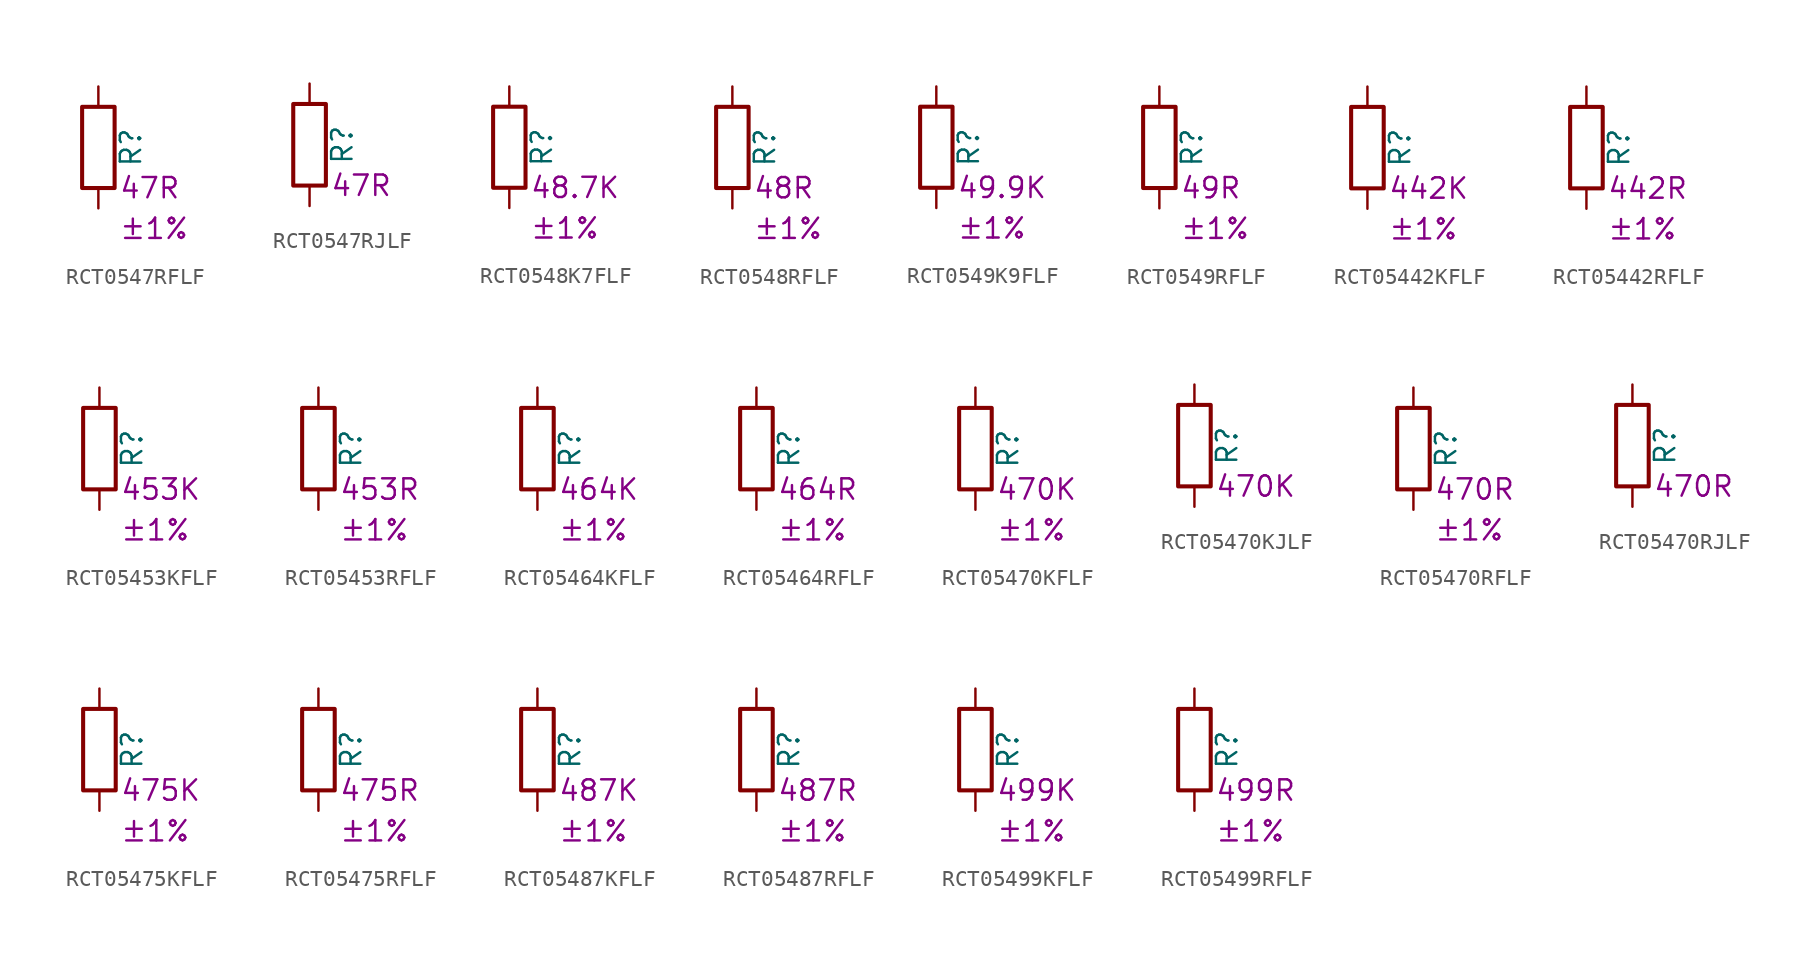
<source format=kicad_sym>
(kicad_symbol_lib
  (version 20220914)
  (generator kicad_symbol_editor)
  (symbol "RCT0547RFLF"
    (pin_numbers hide)
    (pin_names
      (offset 0))
    (property "Reference" "R"
      (at 2.032 0 90)
      (effects (font (size 1.27 1.27))))
    (property "Resistance" "47R"
      (at 1.27 -2.54 0)
      (effects (font (size 1.27 1.27)) (justify left)))
    (property "Tolerance" "±1%"
      (at 1.27 -5.08 0)
      (effects (font (size 1.27 1.27)) (justify left)))
    (symbol "RCT0547RFLF_0_1"
      (rectangle (start -1.016 -2.54) (end 1.016 2.54) (stroke (width 0.254) (type default)) (fill (type none))))
    (symbol "RCT0547RFLF_1_1"
      (pin passive line (at 0 3.81 270) (length 1.27) (name "~" (effects (font (size 1.27 1.27)))) (number "1" (effects (font (size 1.27 1.27)))))
      (pin passive line (at 0 -3.81 90) (length 1.27) (name "~" (effects (font (size 1.27 1.27)))) (number "2" (effects (font (size 1.27 1.27)))))))
  (symbol "RCT0547RJLF"
    (pin_numbers hide)
    (pin_names
      (offset 0))
    (property "Reference" "R"
      (at 2.032 0 90)
      (effects (font (size 1.27 1.27))))
    (property "Resistance" "47R"
      (at 1.27 -2.54 0)
      (effects (font (size 1.27 1.27)) (justify left)))
    (symbol "RCT0547RJLF_0_1"
      (rectangle (start -1.016 -2.54) (end 1.016 2.54) (stroke (width 0.254) (type default)) (fill (type none))))
    (symbol "RCT0547RJLF_1_1"
      (pin passive line (at 0 3.81 270) (length 1.27) (name "~" (effects (font (size 1.27 1.27)))) (number "1" (effects (font (size 1.27 1.27)))))
      (pin passive line (at 0 -3.81 90) (length 1.27) (name "~" (effects (font (size 1.27 1.27)))) (number "2" (effects (font (size 1.27 1.27)))))))
  (symbol "RCT0548K7FLF"
    (pin_numbers hide)
    (pin_names
      (offset 0))
    (property "Reference" "R"
      (at 2.032 0 90)
      (effects (font (size 1.27 1.27))))
    (property "Resistance" "48.7K"
      (at 1.27 -2.54 0)
      (effects (font (size 1.27 1.27)) (justify left)))
    (property "Tolerance" "±1%"
      (at 1.27 -5.08 0)
      (effects (font (size 1.27 1.27)) (justify left)))
    (symbol "RCT0548K7FLF_0_1"
      (rectangle (start -1.016 -2.54) (end 1.016 2.54) (stroke (width 0.254) (type default)) (fill (type none))))
    (symbol "RCT0548K7FLF_1_1"
      (pin passive line (at 0 3.81 270) (length 1.27) (name "~" (effects (font (size 1.27 1.27)))) (number "1" (effects (font (size 1.27 1.27)))))
      (pin passive line (at 0 -3.81 90) (length 1.27) (name "~" (effects (font (size 1.27 1.27)))) (number "2" (effects (font (size 1.27 1.27)))))))
  (symbol "RCT0548RFLF"
    (pin_numbers hide)
    (pin_names
      (offset 0))
    (property "Reference" "R"
      (at 2.032 0 90)
      (effects (font (size 1.27 1.27))))
    (property "Resistance" "48R"
      (at 1.27 -2.54 0)
      (effects (font (size 1.27 1.27)) (justify left)))
    (property "Tolerance" "±1%"
      (at 1.27 -5.08 0)
      (effects (font (size 1.27 1.27)) (justify left)))
    (symbol "RCT0548RFLF_0_1"
      (rectangle (start -1.016 -2.54) (end 1.016 2.54) (stroke (width 0.254) (type default)) (fill (type none))))
    (symbol "RCT0548RFLF_1_1"
      (pin passive line (at 0 3.81 270) (length 1.27) (name "~" (effects (font (size 1.27 1.27)))) (number "1" (effects (font (size 1.27 1.27)))))
      (pin passive line (at 0 -3.81 90) (length 1.27) (name "~" (effects (font (size 1.27 1.27)))) (number "2" (effects (font (size 1.27 1.27)))))))
  (symbol "RCT0549K9FLF"
    (pin_numbers hide)
    (pin_names
      (offset 0))
    (property "Reference" "R"
      (at 2.032 0 90)
      (effects (font (size 1.27 1.27))))
    (property "Resistance" "49.9K"
      (at 1.27 -2.54 0)
      (effects (font (size 1.27 1.27)) (justify left)))
    (property "Tolerance" "±1%"
      (at 1.27 -5.08 0)
      (effects (font (size 1.27 1.27)) (justify left)))
    (symbol "RCT0549K9FLF_0_1"
      (rectangle (start -1.016 -2.54) (end 1.016 2.54) (stroke (width 0.254) (type default)) (fill (type none))))
    (symbol "RCT0549K9FLF_1_1"
      (pin passive line (at 0 3.81 270) (length 1.27) (name "~" (effects (font (size 1.27 1.27)))) (number "1" (effects (font (size 1.27 1.27)))))
      (pin passive line (at 0 -3.81 90) (length 1.27) (name "~" (effects (font (size 1.27 1.27)))) (number "2" (effects (font (size 1.27 1.27)))))))
  (symbol "RCT0549RFLF"
    (pin_numbers hide)
    (pin_names
      (offset 0))
    (property "Reference" "R"
      (at 2.032 0 90)
      (effects (font (size 1.27 1.27))))
    (property "Resistance" "49R"
      (at 1.27 -2.54 0)
      (effects (font (size 1.27 1.27)) (justify left)))
    (property "Tolerance" "±1%"
      (at 1.27 -5.08 0)
      (effects (font (size 1.27 1.27)) (justify left)))
    (symbol "RCT0549RFLF_0_1"
      (rectangle (start -1.016 -2.54) (end 1.016 2.54) (stroke (width 0.254) (type default)) (fill (type none))))
    (symbol "RCT0549RFLF_1_1"
      (pin passive line (at 0 3.81 270) (length 1.27) (name "~" (effects (font (size 1.27 1.27)))) (number "1" (effects (font (size 1.27 1.27)))))
      (pin passive line (at 0 -3.81 90) (length 1.27) (name "~" (effects (font (size 1.27 1.27)))) (number "2" (effects (font (size 1.27 1.27)))))))
  (symbol "RCT05442KFLF"
    (pin_numbers hide)
    (pin_names
      (offset 0))
    (property "Reference" "R"
      (at 2.032 0 90)
      (effects (font (size 1.27 1.27))))
    (property "Resistance" "442K"
      (at 1.27 -2.54 0)
      (effects (font (size 1.27 1.27)) (justify left)))
    (property "Tolerance" "±1%"
      (at 1.27 -5.08 0)
      (effects (font (size 1.27 1.27)) (justify left)))
    (symbol "RCT05442KFLF_0_1"
      (rectangle (start -1.016 -2.54) (end 1.016 2.54) (stroke (width 0.254) (type default)) (fill (type none))))
    (symbol "RCT05442KFLF_1_1"
      (pin passive line (at 0 3.81 270) (length 1.27) (name "~" (effects (font (size 1.27 1.27)))) (number "1" (effects (font (size 1.27 1.27)))))
      (pin passive line (at 0 -3.81 90) (length 1.27) (name "~" (effects (font (size 1.27 1.27)))) (number "2" (effects (font (size 1.27 1.27)))))))
  (symbol "RCT05442RFLF"
    (pin_numbers hide)
    (pin_names
      (offset 0))
    (property "Reference" "R"
      (at 2.032 0 90)
      (effects (font (size 1.27 1.27))))
    (property "Resistance" "442R"
      (at 1.27 -2.54 0)
      (effects (font (size 1.27 1.27)) (justify left)))
    (property "Tolerance" "±1%"
      (at 1.27 -5.08 0)
      (effects (font (size 1.27 1.27)) (justify left)))
    (symbol "RCT05442RFLF_0_1"
      (rectangle (start -1.016 -2.54) (end 1.016 2.54) (stroke (width 0.254) (type default)) (fill (type none))))
    (symbol "RCT05442RFLF_1_1"
      (pin passive line (at 0 3.81 270) (length 1.27) (name "~" (effects (font (size 1.27 1.27)))) (number "1" (effects (font (size 1.27 1.27)))))
      (pin passive line (at 0 -3.81 90) (length 1.27) (name "~" (effects (font (size 1.27 1.27)))) (number "2" (effects (font (size 1.27 1.27)))))))
  (symbol "RCT05453KFLF"
    (pin_numbers hide)
    (pin_names
      (offset 0))
    (property "Reference" "R"
      (at 2.032 0 90)
      (effects (font (size 1.27 1.27))))
    (property "Resistance" "453K"
      (at 1.27 -2.54 0)
      (effects (font (size 1.27 1.27)) (justify left)))
    (property "Tolerance" "±1%"
      (at 1.27 -5.08 0)
      (effects (font (size 1.27 1.27)) (justify left)))
    (symbol "RCT05453KFLF_0_1"
      (rectangle (start -1.016 -2.54) (end 1.016 2.54) (stroke (width 0.254) (type default)) (fill (type none))))
    (symbol "RCT05453KFLF_1_1"
      (pin passive line (at 0 3.81 270) (length 1.27) (name "~" (effects (font (size 1.27 1.27)))) (number "1" (effects (font (size 1.27 1.27)))))
      (pin passive line (at 0 -3.81 90) (length 1.27) (name "~" (effects (font (size 1.27 1.27)))) (number "2" (effects (font (size 1.27 1.27)))))))
  (symbol "RCT05453RFLF"
    (pin_numbers hide)
    (pin_names
      (offset 0))
    (property "Reference" "R"
      (at 2.032 0 90)
      (effects (font (size 1.27 1.27))))
    (property "Resistance" "453R"
      (at 1.27 -2.54 0)
      (effects (font (size 1.27 1.27)) (justify left)))
    (property "Tolerance" "±1%"
      (at 1.27 -5.08 0)
      (effects (font (size 1.27 1.27)) (justify left)))
    (symbol "RCT05453RFLF_0_1"
      (rectangle (start -1.016 -2.54) (end 1.016 2.54) (stroke (width 0.254) (type default)) (fill (type none))))
    (symbol "RCT05453RFLF_1_1"
      (pin passive line (at 0 3.81 270) (length 1.27) (name "~" (effects (font (size 1.27 1.27)))) (number "1" (effects (font (size 1.27 1.27)))))
      (pin passive line (at 0 -3.81 90) (length 1.27) (name "~" (effects (font (size 1.27 1.27)))) (number "2" (effects (font (size 1.27 1.27)))))))
  (symbol "RCT05464KFLF"
    (pin_numbers hide)
    (pin_names
      (offset 0))
    (property "Reference" "R"
      (at 2.032 0 90)
      (effects (font (size 1.27 1.27))))
    (property "Resistance" "464K"
      (at 1.27 -2.54 0)
      (effects (font (size 1.27 1.27)) (justify left)))
    (property "Tolerance" "±1%"
      (at 1.27 -5.08 0)
      (effects (font (size 1.27 1.27)) (justify left)))
    (symbol "RCT05464KFLF_0_1"
      (rectangle (start -1.016 -2.54) (end 1.016 2.54) (stroke (width 0.254) (type default)) (fill (type none))))
    (symbol "RCT05464KFLF_1_1"
      (pin passive line (at 0 3.81 270) (length 1.27) (name "~" (effects (font (size 1.27 1.27)))) (number "1" (effects (font (size 1.27 1.27)))))
      (pin passive line (at 0 -3.81 90) (length 1.27) (name "~" (effects (font (size 1.27 1.27)))) (number "2" (effects (font (size 1.27 1.27)))))))
  (symbol "RCT05464RFLF"
    (pin_numbers hide)
    (pin_names
      (offset 0))
    (property "Reference" "R"
      (at 2.032 0 90)
      (effects (font (size 1.27 1.27))))
    (property "Resistance" "464R"
      (at 1.27 -2.54 0)
      (effects (font (size 1.27 1.27)) (justify left)))
    (property "Tolerance" "±1%"
      (at 1.27 -5.08 0)
      (effects (font (size 1.27 1.27)) (justify left)))
    (symbol "RCT05464RFLF_0_1"
      (rectangle (start -1.016 -2.54) (end 1.016 2.54) (stroke (width 0.254) (type default)) (fill (type none))))
    (symbol "RCT05464RFLF_1_1"
      (pin passive line (at 0 3.81 270) (length 1.27) (name "~" (effects (font (size 1.27 1.27)))) (number "1" (effects (font (size 1.27 1.27)))))
      (pin passive line (at 0 -3.81 90) (length 1.27) (name "~" (effects (font (size 1.27 1.27)))) (number "2" (effects (font (size 1.27 1.27)))))))
  (symbol "RCT05470KFLF"
    (pin_numbers hide)
    (pin_names
      (offset 0))
    (property "Reference" "R"
      (at 2.032 0 90)
      (effects (font (size 1.27 1.27))))
    (property "Resistance" "470K"
      (at 1.27 -2.54 0)
      (effects (font (size 1.27 1.27)) (justify left)))
    (property "Tolerance" "±1%"
      (at 1.27 -5.08 0)
      (effects (font (size 1.27 1.27)) (justify left)))
    (symbol "RCT05470KFLF_0_1"
      (rectangle (start -1.016 -2.54) (end 1.016 2.54) (stroke (width 0.254) (type default)) (fill (type none))))
    (symbol "RCT05470KFLF_1_1"
      (pin passive line (at 0 3.81 270) (length 1.27) (name "~" (effects (font (size 1.27 1.27)))) (number "1" (effects (font (size 1.27 1.27)))))
      (pin passive line (at 0 -3.81 90) (length 1.27) (name "~" (effects (font (size 1.27 1.27)))) (number "2" (effects (font (size 1.27 1.27)))))))
  (symbol "RCT05470KJLF"
    (pin_numbers hide)
    (pin_names
      (offset 0))
    (property "Reference" "R"
      (at 2.032 0 90)
      (effects (font (size 1.27 1.27))))
    (property "Resistance" "470K"
      (at 1.27 -2.54 0)
      (effects (font (size 1.27 1.27)) (justify left)))
    (symbol "RCT05470KJLF_0_1"
      (rectangle (start -1.016 -2.54) (end 1.016 2.54) (stroke (width 0.254) (type default)) (fill (type none))))
    (symbol "RCT05470KJLF_1_1"
      (pin passive line (at 0 3.81 270) (length 1.27) (name "~" (effects (font (size 1.27 1.27)))) (number "1" (effects (font (size 1.27 1.27)))))
      (pin passive line (at 0 -3.81 90) (length 1.27) (name "~" (effects (font (size 1.27 1.27)))) (number "2" (effects (font (size 1.27 1.27)))))))
  (symbol "RCT05470RFLF"
    (pin_numbers hide)
    (pin_names
      (offset 0))
    (property "Reference" "R"
      (at 2.032 0 90)
      (effects (font (size 1.27 1.27))))
    (property "Resistance" "470R"
      (at 1.27 -2.54 0)
      (effects (font (size 1.27 1.27)) (justify left)))
    (property "Tolerance" "±1%"
      (at 1.27 -5.08 0)
      (effects (font (size 1.27 1.27)) (justify left)))
    (symbol "RCT05470RFLF_0_1"
      (rectangle (start -1.016 -2.54) (end 1.016 2.54) (stroke (width 0.254) (type default)) (fill (type none))))
    (symbol "RCT05470RFLF_1_1"
      (pin passive line (at 0 3.81 270) (length 1.27) (name "~" (effects (font (size 1.27 1.27)))) (number "1" (effects (font (size 1.27 1.27)))))
      (pin passive line (at 0 -3.81 90) (length 1.27) (name "~" (effects (font (size 1.27 1.27)))) (number "2" (effects (font (size 1.27 1.27)))))))
  (symbol "RCT05470RJLF"
    (pin_numbers hide)
    (pin_names
      (offset 0))
    (property "Reference" "R"
      (at 2.032 0 90)
      (effects (font (size 1.27 1.27))))
    (property "Resistance" "470R"
      (at 1.27 -2.54 0)
      (effects (font (size 1.27 1.27)) (justify left)))
    (symbol "RCT05470RJLF_0_1"
      (rectangle (start -1.016 -2.54) (end 1.016 2.54) (stroke (width 0.254) (type default)) (fill (type none))))
    (symbol "RCT05470RJLF_1_1"
      (pin passive line (at 0 3.81 270) (length 1.27) (name "~" (effects (font (size 1.27 1.27)))) (number "1" (effects (font (size 1.27 1.27)))))
      (pin passive line (at 0 -3.81 90) (length 1.27) (name "~" (effects (font (size 1.27 1.27)))) (number "2" (effects (font (size 1.27 1.27)))))))
  (symbol "RCT05475KFLF"
    (pin_numbers hide)
    (pin_names
      (offset 0))
    (property "Reference" "R"
      (at 2.032 0 90)
      (effects (font (size 1.27 1.27))))
    (property "Resistance" "475K"
      (at 1.27 -2.54 0)
      (effects (font (size 1.27 1.27)) (justify left)))
    (property "Tolerance" "±1%"
      (at 1.27 -5.08 0)
      (effects (font (size 1.27 1.27)) (justify left)))
    (symbol "RCT05475KFLF_0_1"
      (rectangle (start -1.016 -2.54) (end 1.016 2.54) (stroke (width 0.254) (type default)) (fill (type none))))
    (symbol "RCT05475KFLF_1_1"
      (pin passive line (at 0 3.81 270) (length 1.27) (name "~" (effects (font (size 1.27 1.27)))) (number "1" (effects (font (size 1.27 1.27)))))
      (pin passive line (at 0 -3.81 90) (length 1.27) (name "~" (effects (font (size 1.27 1.27)))) (number "2" (effects (font (size 1.27 1.27)))))))
  (symbol "RCT05475RFLF"
    (pin_numbers hide)
    (pin_names
      (offset 0))
    (property "Reference" "R"
      (at 2.032 0 90)
      (effects (font (size 1.27 1.27))))
    (property "Resistance" "475R"
      (at 1.27 -2.54 0)
      (effects (font (size 1.27 1.27)) (justify left)))
    (property "Tolerance" "±1%"
      (at 1.27 -5.08 0)
      (effects (font (size 1.27 1.27)) (justify left)))
    (symbol "RCT05475RFLF_0_1"
      (rectangle (start -1.016 -2.54) (end 1.016 2.54) (stroke (width 0.254) (type default)) (fill (type none))))
    (symbol "RCT05475RFLF_1_1"
      (pin passive line (at 0 3.81 270) (length 1.27) (name "~" (effects (font (size 1.27 1.27)))) (number "1" (effects (font (size 1.27 1.27)))))
      (pin passive line (at 0 -3.81 90) (length 1.27) (name "~" (effects (font (size 1.27 1.27)))) (number "2" (effects (font (size 1.27 1.27)))))))
  (symbol "RCT05487KFLF"
    (pin_numbers hide)
    (pin_names
      (offset 0))
    (property "Reference" "R"
      (at 2.032 0 90)
      (effects (font (size 1.27 1.27))))
    (property "Resistance" "487K"
      (at 1.27 -2.54 0)
      (effects (font (size 1.27 1.27)) (justify left)))
    (property "Tolerance" "±1%"
      (at 1.27 -5.08 0)
      (effects (font (size 1.27 1.27)) (justify left)))
    (symbol "RCT05487KFLF_0_1"
      (rectangle (start -1.016 -2.54) (end 1.016 2.54) (stroke (width 0.254) (type default)) (fill (type none))))
    (symbol "RCT05487KFLF_1_1"
      (pin passive line (at 0 3.81 270) (length 1.27) (name "~" (effects (font (size 1.27 1.27)))) (number "1" (effects (font (size 1.27 1.27)))))
      (pin passive line (at 0 -3.81 90) (length 1.27) (name "~" (effects (font (size 1.27 1.27)))) (number "2" (effects (font (size 1.27 1.27)))))))
  (symbol "RCT05487RFLF"
    (pin_numbers hide)
    (pin_names
      (offset 0))
    (property "Reference" "R"
      (at 2.032 0 90)
      (effects (font (size 1.27 1.27))))
    (property "Resistance" "487R"
      (at 1.27 -2.54 0)
      (effects (font (size 1.27 1.27)) (justify left)))
    (property "Tolerance" "±1%"
      (at 1.27 -5.08 0)
      (effects (font (size 1.27 1.27)) (justify left)))
    (symbol "RCT05487RFLF_0_1"
      (rectangle (start -1.016 -2.54) (end 1.016 2.54) (stroke (width 0.254) (type default)) (fill (type none))))
    (symbol "RCT05487RFLF_1_1"
      (pin passive line (at 0 3.81 270) (length 1.27) (name "~" (effects (font (size 1.27 1.27)))) (number "1" (effects (font (size 1.27 1.27)))))
      (pin passive line (at 0 -3.81 90) (length 1.27) (name "~" (effects (font (size 1.27 1.27)))) (number "2" (effects (font (size 1.27 1.27)))))))
  (symbol "RCT05499KFLF"
    (pin_numbers hide)
    (pin_names
      (offset 0))
    (property "Reference" "R"
      (at 2.032 0 90)
      (effects (font (size 1.27 1.27))))
    (property "Resistance" "499K"
      (at 1.27 -2.54 0)
      (effects (font (size 1.27 1.27)) (justify left)))
    (property "Tolerance" "±1%"
      (at 1.27 -5.08 0)
      (effects (font (size 1.27 1.27)) (justify left)))
    (symbol "RCT05499KFLF_0_1"
      (rectangle (start -1.016 -2.54) (end 1.016 2.54) (stroke (width 0.254) (type default)) (fill (type none))))
    (symbol "RCT05499KFLF_1_1"
      (pin passive line (at 0 3.81 270) (length 1.27) (name "~" (effects (font (size 1.27 1.27)))) (number "1" (effects (font (size 1.27 1.27)))))
      (pin passive line (at 0 -3.81 90) (length 1.27) (name "~" (effects (font (size 1.27 1.27)))) (number "2" (effects (font (size 1.27 1.27)))))))
  (symbol "RCT05499RFLF"
    (pin_numbers hide)
    (pin_names
      (offset 0))
    (property "Reference" "R"
      (at 2.032 0 90)
      (effects (font (size 1.27 1.27))))
    (property "Resistance" "499R"
      (at 1.27 -2.54 0)
      (effects (font (size 1.27 1.27)) (justify left)))
    (property "Tolerance" "±1%"
      (at 1.27 -5.08 0)
      (effects (font (size 1.27 1.27)) (justify left)))
    (symbol "RCT05499RFLF_0_1"
      (rectangle (start -1.016 -2.54) (end 1.016 2.54) (stroke (width 0.254) (type default)) (fill (type none))))
    (symbol "RCT05499RFLF_1_1"
      (pin passive line (at 0 3.81 270) (length 1.27) (name "~" (effects (font (size 1.27 1.27)))) (number "1" (effects (font (size 1.27 1.27)))))
      (pin passive line (at 0 -3.81 90) (length 1.27) (name "~" (effects (font (size 1.27 1.27)))) (number "2" (effects (font (size 1.27 1.27))))))))
</source>
